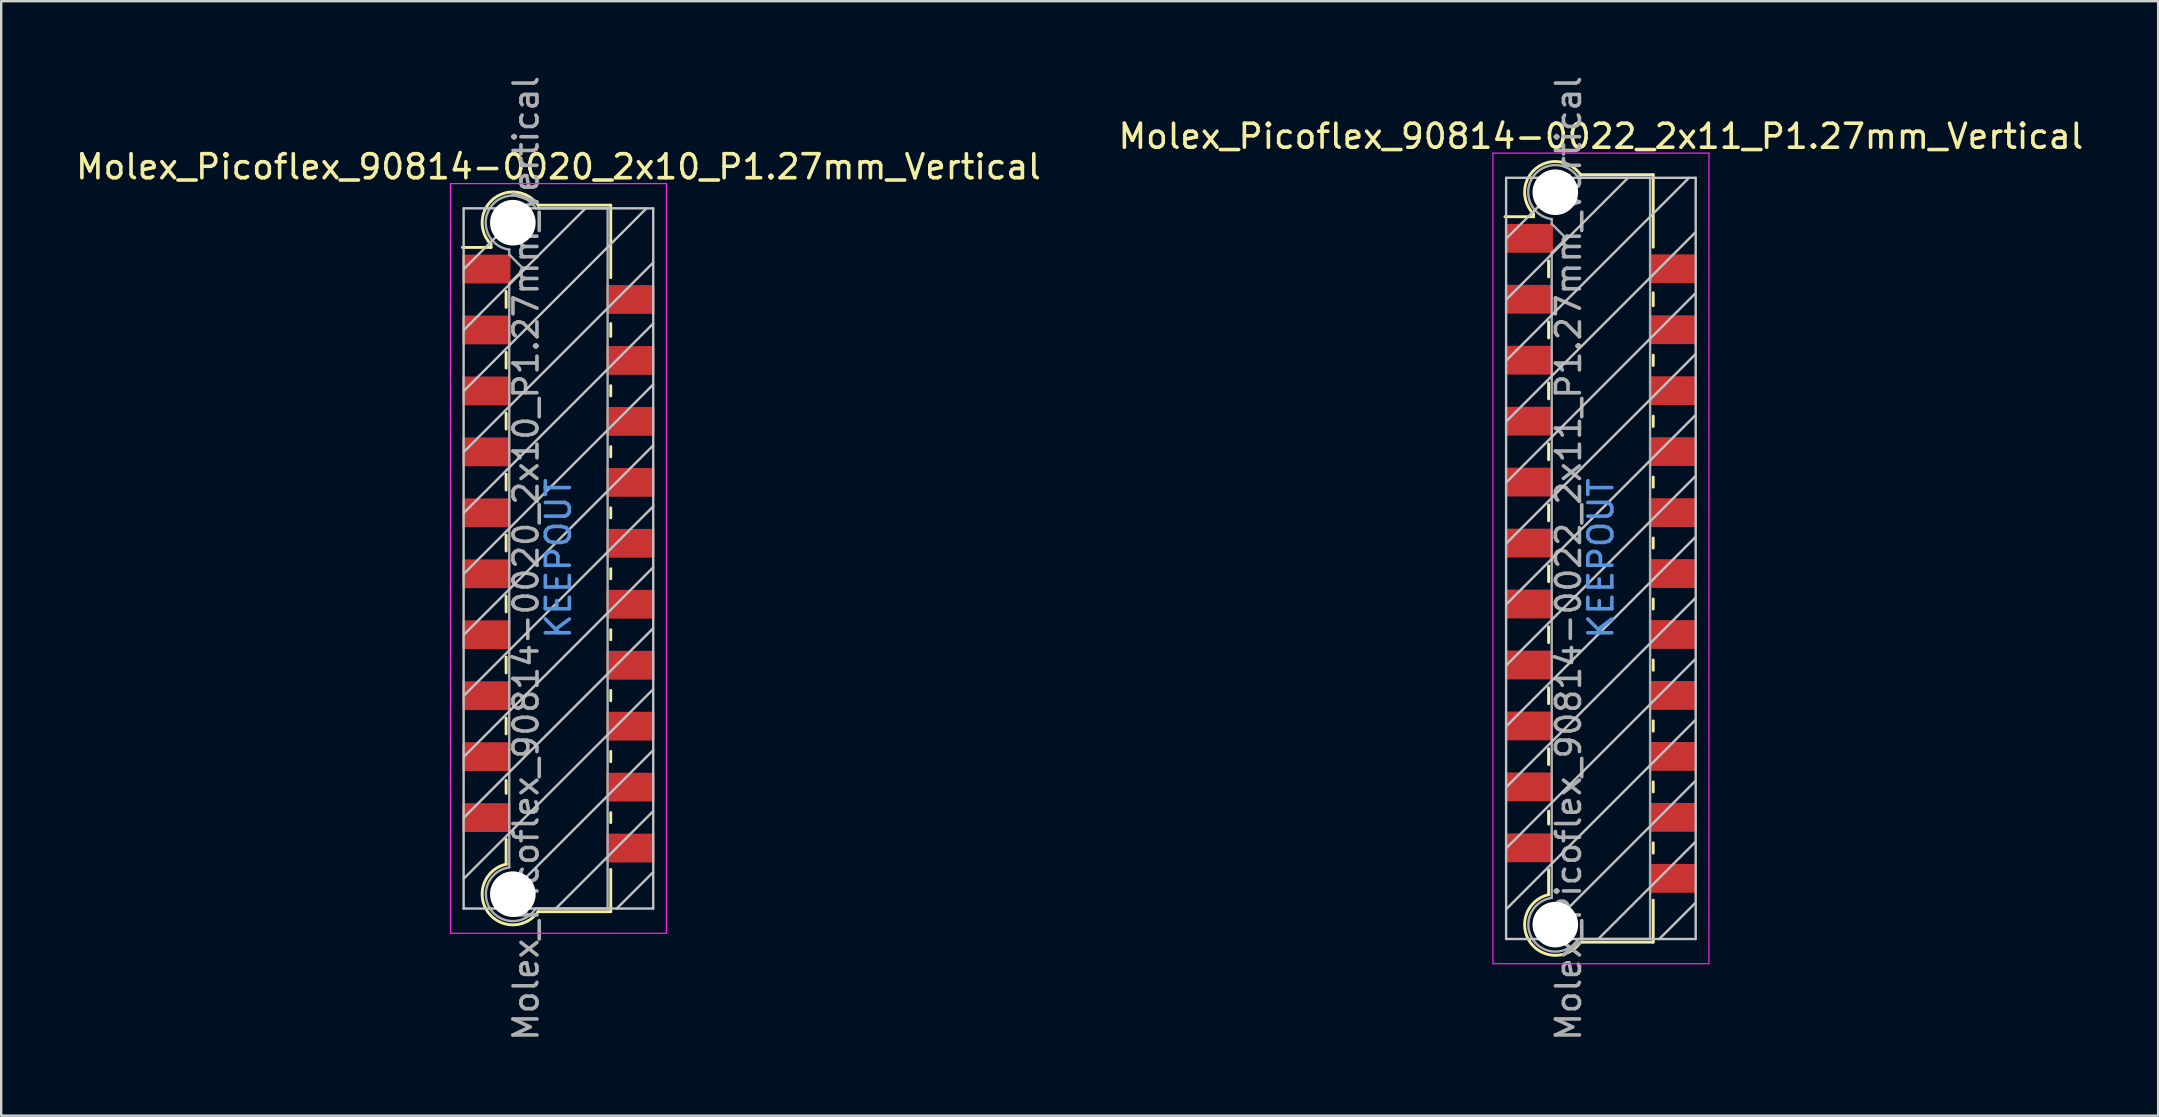
<source format=kicad_pcb>
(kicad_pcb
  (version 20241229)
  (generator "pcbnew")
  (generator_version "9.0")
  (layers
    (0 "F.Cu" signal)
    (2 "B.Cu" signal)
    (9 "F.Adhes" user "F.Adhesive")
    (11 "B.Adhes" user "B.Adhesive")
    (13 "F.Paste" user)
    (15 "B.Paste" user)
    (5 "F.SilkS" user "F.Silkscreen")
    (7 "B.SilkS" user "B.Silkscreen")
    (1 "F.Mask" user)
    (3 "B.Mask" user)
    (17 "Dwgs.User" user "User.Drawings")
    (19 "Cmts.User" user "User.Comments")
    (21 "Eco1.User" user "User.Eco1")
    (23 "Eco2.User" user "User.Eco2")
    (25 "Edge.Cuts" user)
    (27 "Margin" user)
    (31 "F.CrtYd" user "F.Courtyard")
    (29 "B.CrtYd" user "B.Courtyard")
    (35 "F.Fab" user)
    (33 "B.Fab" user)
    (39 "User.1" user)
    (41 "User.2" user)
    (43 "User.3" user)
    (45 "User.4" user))
  (footprint "Molex_Picoflex_90814-0020_2x10_P1.27mm_Vertical"
    (layer "F.Cu")
    (at 20.22 20.22)
    (property "Reference" "Molex_Picoflex_90814-0020_2x10_P1.27mm_Vertical" (at 0 -16.32 0) (layer "F.SilkS") (effects (font (size 1 1) (thickness 0.15))))
    (attr smd)
    (fp_line (start -2.81 -13.09) (end -2.81 -12.96) (stroke (width 0.12) (type solid)) (layer "F.SilkS"))
    (fp_line (start -2.81 -12.96) (end -4 -12.96) (stroke (width 0.12) (type solid)) (layer "F.SilkS"))
    (fp_line (start -2.18 -10.46) (end -2.18 -11.13) (stroke (width 0.12) (type solid)) (layer "F.SilkS"))
    (fp_line (start -2.18 -7.93) (end -2.18 -8.59) (stroke (width 0.12) (type solid)) (layer "F.SilkS"))
    (fp_line (start -2.18 -5.39) (end -2.18 -6.05) (stroke (width 0.12) (type solid)) (layer "F.SilkS"))
    (fp_line (start -2.18 -2.85) (end -2.18 -3.51) (stroke (width 0.12) (type solid)) (layer "F.SilkS"))
    (fp_line (start -2.18 -0.31) (end -2.18 -0.97) (stroke (width 0.12) (type solid)) (layer "F.SilkS"))
    (fp_line (start -2.18 2.23) (end -2.18 1.57) (stroke (width 0.12) (type solid)) (layer "F.SilkS"))
    (fp_line (start -2.18 4.77) (end -2.18 4.11) (stroke (width 0.12) (type solid)) (layer "F.SilkS"))
    (fp_line (start -2.18 7.31) (end -2.18 6.65) (stroke (width 0.12) (type solid)) (layer "F.SilkS"))
    (fp_line (start -2.18 9.79) (end -2.18 9.25) (stroke (width 0.12) (type solid)) (layer "F.SilkS"))
    (fp_line (start -2.18 12.74) (end -2.18 11.7) (stroke (width 0.12) (type solid)) (layer "F.SilkS"))
    (fp_line (start 2.18 -14.72) (end -0.82 -14.72) (stroke (width 0.12) (type solid)) (layer "F.SilkS"))
    (fp_line (start 2.18 -14.72) (end 2.18 -11.7) (stroke (width 0.12) (type solid)) (layer "F.SilkS"))
    (fp_line (start 2.18 -9.79) (end 2.18 -9.25) (stroke (width 0.12) (type solid)) (layer "F.SilkS"))
    (fp_line (start 2.18 -7.2) (end 2.18 -6.77) (stroke (width 0.12) (type solid)) (layer "F.SilkS"))
    (fp_line (start 2.18 -4.66) (end 2.18 -4.23) (stroke (width 0.12) (type solid)) (layer "F.SilkS"))
    (fp_line (start 2.18 -2.11) (end 2.18 -1.69) (stroke (width 0.12) (type solid)) (layer "F.SilkS"))
    (fp_line (start 2.18 0.43) (end 2.18 0.85) (stroke (width 0.12) (type solid)) (layer "F.SilkS"))
    (fp_line (start 2.18 2.97) (end 2.18 3.39) (stroke (width 0.12) (type solid)) (layer "F.SilkS"))
    (fp_line (start 2.18 5.5) (end 2.18 5.93) (stroke (width 0.12) (type solid)) (layer "F.SilkS"))
    (fp_line (start 2.18 8.04) (end 2.18 8.47) (stroke (width 0.12) (type solid)) (layer "F.SilkS"))
    (fp_line (start 2.18 10.59) (end 2.18 11.01) (stroke (width 0.12) (type solid)) (layer "F.SilkS"))
    (fp_line (start 2.18 12.96) (end 2.18 14.72) (stroke (width 0.12) (type solid)) (layer "F.SilkS"))
    (fp_line (start 2.18 14.72) (end -0.85 14.72) (stroke (width 0.12) (type solid)) (layer "F.SilkS"))
    (fp_arc (start -2.81 -13.09) (mid -2.708637 -14.982072) (end -0.834991 -14.699828) (stroke (width 0.12) (type solid)) (layer "F.SilkS"))
    (fp_arc (start -0.85 14.72) (mid -2.962791 14.701248) (end -2.174424 12.740964) (stroke (width 0.12) (type solid)) (layer "F.SilkS"))
    (fp_line (start -3.95 -14.59) (end -3.95 14.59) (stroke (width 0.1) (type solid)) (layer "Dwgs.User"))
    (fp_line (start -3.95 -12.05) (end -1.41 -14.59) (stroke (width 0.1) (type solid)) (layer "Dwgs.User"))
    (fp_line (start -3.95 -9.51) (end 1.13 -14.59) (stroke (width 0.1) (type solid)) (layer "Dwgs.User"))
    (fp_line (start -3.95 -6.97) (end 3.67 -14.59) (stroke (width 0.1) (type solid)) (layer "Dwgs.User"))
    (fp_line (start -3.95 -4.43) (end 3.95 -12.33) (stroke (width 0.1) (type solid)) (layer "Dwgs.User"))
    (fp_line (start -3.95 -1.89) (end 3.95 -9.79) (stroke (width 0.1) (type solid)) (layer "Dwgs.User"))
    (fp_line (start -3.95 0.65) (end 3.95 -7.25) (stroke (width 0.1) (type solid)) (layer "Dwgs.User"))
    (fp_line (start -3.95 3.19) (end 3.95 -4.71) (stroke (width 0.1) (type solid)) (layer "Dwgs.User"))
    (fp_line (start -3.95 5.73) (end 3.95 -2.17) (stroke (width 0.1) (type solid)) (layer "Dwgs.User"))
    (fp_line (start -3.95 8.27) (end 3.95 0.37) (stroke (width 0.1) (type solid)) (layer "Dwgs.User"))
    (fp_line (start -3.95 10.81) (end 3.95 2.91) (stroke (width 0.1) (type solid)) (layer "Dwgs.User"))
    (fp_line (start -3.95 13.35) (end 3.95 5.45) (stroke (width 0.1) (type solid)) (layer "Dwgs.User"))
    (fp_line (start -3.95 14.59) (end 3.95 14.59) (stroke (width 0.1) (type solid)) (layer "Dwgs.User"))
    (fp_line (start -2.65 14.59) (end 3.95 7.99) (stroke (width 0.1) (type solid)) (layer "Dwgs.User"))
    (fp_line (start -0.11 14.59) (end 3.95 10.53) (stroke (width 0.1) (type solid)) (layer "Dwgs.User"))
    (fp_line (start 2.43 14.59) (end 3.95 13.07) (stroke (width 0.1) (type solid)) (layer "Dwgs.User"))
    (fp_line (start 3.95 -14.59) (end -3.95 -14.59) (stroke (width 0.1) (type solid)) (layer "Dwgs.User"))
    (fp_line (start 3.95 14.59) (end 3.95 -14.59) (stroke (width 0.1) (type solid)) (layer "Dwgs.User"))
    (fp_line (start -4.5 -15.62) (end -4.5 15.62) (stroke (width 0.05) (type solid)) (layer "F.CrtYd"))
    (fp_line (start -4.5 15.62) (end 4.5 15.62) (stroke (width 0.05) (type solid)) (layer "F.CrtYd"))
    (fp_line (start 4.5 -15.62) (end -4.5 -15.62) (stroke (width 0.05) (type solid)) (layer "F.CrtYd"))
    (fp_line (start 4.5 15.62) (end 4.5 -15.62) (stroke (width 0.05) (type solid)) (layer "F.CrtYd"))
    (fp_line (start -2.05 -12.66) (end -2.05 -12.87) (stroke (width 0.1) (type solid)) (layer "F.Fab"))
    (fp_line (start -2.05 -11.46) (end -1.45 -12.06) (stroke (width 0.1) (type solid)) (layer "F.Fab"))
    (fp_line (start -2.05 12.87) (end -2.05 -11.46) (stroke (width 0.1) (type solid)) (layer "F.Fab"))
    (fp_line (start -1.45 -12.06) (end -2.05 -12.66) (stroke (width 0.1) (type solid)) (layer "F.Fab"))
    (fp_line (start 2.05 -14.59) (end -0.93 -14.59) (stroke (width 0.1) (type solid)) (layer "F.Fab"))
    (fp_line (start 2.05 -14.59) (end 2.05 14.59) (stroke (width 0.1) (type solid)) (layer "F.Fab"))
    (fp_line (start 2.05 14.59) (end -0.95 14.59) (stroke (width 0.1) (type solid)) (layer "F.Fab"))
    (fp_arc (start -2.05 -12.87) (mid -2.851672 -14.599279) (end -0.945612 -14.595015) (stroke (width 0.1) (type solid)) (layer "F.Fab"))
    (fp_arc (start -0.95 14.59) (mid -2.845272 14.597422) (end -2.051022 12.876585) (stroke (width 0.1) (type solid)) (layer "F.Fab"))
    (fp_text user "KEEPOUT" (at 0 0 90) (layer "Cmts.User") (effects (font (size 1 1) (thickness 0.15))))
    (fp_text user "${REFERENCE}" (at -1.35 0 90) (layer "F.Fab") (effects (font (size 1 1) (thickness 0.15))))
    (pad "" np_thru_hole circle (at -1.9 -13.99) (size 1.9 1.9) (drill 1.9) (layers "*.Cu" "*.Mask"))
    (pad "" np_thru_hole circle (at -1.9 13.99) (size 1.9 1.9) (drill 1.9) (layers "*.Cu" "*.Mask"))
    (pad "1" smd rect (at -3 -12.06) (size 2 1.2) (layers "F.Cu" "F.Mask" "F.Paste"))
    (pad "2" smd rect (at 3 -10.79) (size 2 1.2) (layers "F.Cu" "F.Mask" "F.Paste"))
    (pad "3" smd rect (at -3 -9.52) (size 2 1.2) (layers "F.Cu" "F.Mask" "F.Paste"))
    (pad "4" smd rect (at 3 -8.25) (size 2 1.2) (layers "F.Cu" "F.Mask" "F.Paste"))
    (pad "5" smd rect (at -3 -6.98) (size 2 1.2) (layers "F.Cu" "F.Mask" "F.Paste"))
    (pad "6" smd rect (at 3 -5.71) (size 2 1.2) (layers "F.Cu" "F.Mask" "F.Paste"))
    (pad "7" smd rect (at -3 -4.44) (size 2 1.2) (layers "F.Cu" "F.Mask" "F.Paste"))
    (pad "8" smd rect (at 3 -3.17) (size 2 1.2) (layers "F.Cu" "F.Mask" "F.Paste"))
    (pad "9" smd rect (at -3 -1.9) (size 2 1.2) (layers "F.Cu" "F.Mask" "F.Paste"))
    (pad "10" smd rect (at 3 -0.63) (size 2 1.2) (layers "F.Cu" "F.Mask" "F.Paste"))
    (pad "11" smd rect (at -3 0.64) (size 2 1.2) (layers "F.Cu" "F.Mask" "F.Paste"))
    (pad "12" smd rect (at 3 1.91) (size 2 1.2) (layers "F.Cu" "F.Mask" "F.Paste"))
    (pad "13" smd rect (at -3 3.18) (size 2 1.2) (layers "F.Cu" "F.Mask" "F.Paste"))
    (pad "14" smd rect (at 3 4.45) (size 2 1.2) (layers "F.Cu" "F.Mask" "F.Paste"))
    (pad "15" smd rect (at -3 5.72) (size 2 1.2) (layers "F.Cu" "F.Mask" "F.Paste"))
    (pad "16" smd rect (at 3 6.99) (size 2 1.2) (layers "F.Cu" "F.Mask" "F.Paste"))
    (pad "17" smd rect (at -3 8.26) (size 2 1.2) (layers "F.Cu" "F.Mask" "F.Paste"))
    (pad "18" smd rect (at 3 9.53) (size 2 1.2) (layers "F.Cu" "F.Mask" "F.Paste"))
    (pad "19" smd rect (at -3 10.8) (size 2 1.2) (layers "F.Cu" "F.Mask" "F.Paste"))
    (pad "20" smd rect (at 3 12.07) (size 2 1.2) (layers "F.Cu" "F.Mask" "F.Paste")))
  (footprint "Molex_Picoflex_90814-0022_2x11_P1.27mm_Vertical"
    (layer "F.Cu")
    (at 63.661 20.22)
    (property "Reference" "Molex_Picoflex_90814-0022_2x11_P1.27mm_Vertical" (at 0 -17.59 0) (layer "F.SilkS") (effects (font (size 1 1) (thickness 0.15))))
    (attr smd)
    (fp_line (start -2.81 -14.36) (end -2.81 -14.24) (stroke (width 0.12) (type solid)) (layer "F.SilkS"))
    (fp_line (start -2.81 -14.24) (end -4 -14.24) (stroke (width 0.12) (type solid)) (layer "F.SilkS"))
    (fp_line (start -2.18 -11.73) (end -2.18 -12.4) (stroke (width 0.12) (type solid)) (layer "F.SilkS"))
    (fp_line (start -2.18 -9.19) (end -2.18 -9.86) (stroke (width 0.12) (type solid)) (layer "F.SilkS"))
    (fp_line (start -2.18 -6.65) (end -2.18 -7.31) (stroke (width 0.12) (type solid)) (layer "F.SilkS"))
    (fp_line (start -2.18 -4.11) (end -2.18 -4.77) (stroke (width 0.12) (type solid)) (layer "F.SilkS"))
    (fp_line (start -2.18 -1.57) (end -2.18 -2.23) (stroke (width 0.12) (type solid)) (layer "F.SilkS"))
    (fp_line (start -2.18 0.97) (end -2.18 0.31) (stroke (width 0.12) (type solid)) (layer "F.SilkS"))
    (fp_line (start -2.18 3.51) (end -2.18 2.85) (stroke (width 0.12) (type solid)) (layer "F.SilkS"))
    (fp_line (start -2.18 6.05) (end -2.18 5.39) (stroke (width 0.12) (type solid)) (layer "F.SilkS"))
    (fp_line (start -2.18 8.59) (end -2.18 7.93) (stroke (width 0.12) (type solid)) (layer "F.SilkS"))
    (fp_line (start -2.18 11.07) (end -2.18 10.53) (stroke (width 0.12) (type solid)) (layer "F.SilkS"))
    (fp_line (start -2.18 14.01) (end -2.18 12.97) (stroke (width 0.12) (type solid)) (layer "F.SilkS"))
    (fp_line (start 2.18 -15.99) (end -0.82 -15.99) (stroke (width 0.12) (type solid)) (layer "F.SilkS"))
    (fp_line (start 2.18 -15.99) (end 2.18 -12.97) (stroke (width 0.12) (type solid)) (layer "F.SilkS"))
    (fp_line (start 2.18 -11.07) (end 2.18 -10.53) (stroke (width 0.12) (type solid)) (layer "F.SilkS"))
    (fp_line (start 2.18 -8.47) (end 2.18 -8.04) (stroke (width 0.12) (type solid)) (layer "F.SilkS"))
    (fp_line (start 2.18 -5.93) (end 2.18 -5.5) (stroke (width 0.12) (type solid)) (layer "F.SilkS"))
    (fp_line (start 2.18 -3.39) (end 2.18 -2.97) (stroke (width 0.12) (type solid)) (layer "F.SilkS"))
    (fp_line (start 2.18 -0.85) (end 2.18 -0.43) (stroke (width 0.12) (type solid)) (layer "F.SilkS"))
    (fp_line (start 2.18 1.69) (end 2.18 2.11) (stroke (width 0.12) (type solid)) (layer "F.SilkS"))
    (fp_line (start 2.18 4.23) (end 2.18 4.66) (stroke (width 0.12) (type solid)) (layer "F.SilkS"))
    (fp_line (start 2.18 6.77) (end 2.18 7.2) (stroke (width 0.12) (type solid)) (layer "F.SilkS"))
    (fp_line (start 2.18 9.31) (end 2.18 9.73) (stroke (width 0.12) (type solid)) (layer "F.SilkS"))
    (fp_line (start 2.18 11.85) (end 2.18 12.28) (stroke (width 0.12) (type solid)) (layer "F.SilkS"))
    (fp_line (start 2.18 14.24) (end 2.18 15.99) (stroke (width 0.12) (type solid)) (layer "F.SilkS"))
    (fp_line (start 2.18 15.99) (end -0.85 15.99) (stroke (width 0.12) (type solid)) (layer "F.SilkS"))
    (fp_arc (start -2.81 -14.36) (mid -2.708637 -16.252072) (end -0.834991 -15.969828) (stroke (width 0.12) (type solid)) (layer "F.SilkS"))
    (fp_arc (start -0.85 15.99) (mid -2.962791 15.971248) (end -2.174424 14.010964) (stroke (width 0.12) (type solid)) (layer "F.SilkS"))
    (fp_line (start -3.95 -15.86) (end -3.95 15.86) (stroke (width 0.1) (type solid)) (layer "Dwgs.User"))
    (fp_line (start -3.95 -13.32) (end -1.41 -15.86) (stroke (width 0.1) (type solid)) (layer "Dwgs.User"))
    (fp_line (start -3.95 -10.78) (end 1.13 -15.86) (stroke (width 0.1) (type solid)) (layer "Dwgs.User"))
    (fp_line (start -3.95 -8.24) (end 3.67 -15.86) (stroke (width 0.1) (type solid)) (layer "Dwgs.User"))
    (fp_line (start -3.95 -5.7) (end 3.95 -13.6) (stroke (width 0.1) (type solid)) (layer "Dwgs.User"))
    (fp_line (start -3.95 -3.16) (end 3.95 -11.06) (stroke (width 0.1) (type solid)) (layer "Dwgs.User"))
    (fp_line (start -3.95 -0.62) (end 3.95 -8.52) (stroke (width 0.1) (type solid)) (layer "Dwgs.User"))
    (fp_line (start -3.95 1.92) (end 3.95 -5.98) (stroke (width 0.1) (type solid)) (layer "Dwgs.User"))
    (fp_line (start -3.95 4.46) (end 3.95 -3.44) (stroke (width 0.1) (type solid)) (layer "Dwgs.User"))
    (fp_line (start -3.95 7) (end 3.95 -0.9) (stroke (width 0.1) (type solid)) (layer "Dwgs.User"))
    (fp_line (start -3.95 9.54) (end 3.95 1.64) (stroke (width 0.1) (type solid)) (layer "Dwgs.User"))
    (fp_line (start -3.95 12.08) (end 3.95 4.18) (stroke (width 0.1) (type solid)) (layer "Dwgs.User"))
    (fp_line (start -3.95 14.62) (end 3.95 6.72) (stroke (width 0.1) (type solid)) (layer "Dwgs.User"))
    (fp_line (start -3.95 15.86) (end 3.95 15.86) (stroke (width 0.1) (type solid)) (layer "Dwgs.User"))
    (fp_line (start -2.65 15.86) (end 3.95 9.26) (stroke (width 0.1) (type solid)) (layer "Dwgs.User"))
    (fp_line (start -0.11 15.86) (end 3.95 11.8) (stroke (width 0.1) (type solid)) (layer "Dwgs.User"))
    (fp_line (start 2.43 15.86) (end 3.95 14.34) (stroke (width 0.1) (type solid)) (layer "Dwgs.User"))
    (fp_line (start 3.95 -15.86) (end -3.95 -15.86) (stroke (width 0.1) (type solid)) (layer "Dwgs.User"))
    (fp_line (start 3.95 15.86) (end 3.95 -15.86) (stroke (width 0.1) (type solid)) (layer "Dwgs.User"))
    (fp_line (start -4.5 -16.89) (end -4.5 16.89) (stroke (width 0.05) (type solid)) (layer "F.CrtYd"))
    (fp_line (start -4.5 16.89) (end 4.5 16.89) (stroke (width 0.05) (type solid)) (layer "F.CrtYd"))
    (fp_line (start 4.5 -16.89) (end -4.5 -16.89) (stroke (width 0.05) (type solid)) (layer "F.CrtYd"))
    (fp_line (start 4.5 16.89) (end 4.5 -16.89) (stroke (width 0.05) (type solid)) (layer "F.CrtYd"))
    (fp_line (start -2.05 -13.94) (end -2.05 -14.14) (stroke (width 0.1) (type solid)) (layer "F.Fab"))
    (fp_line (start -2.05 -12.74) (end -1.45 -13.34) (stroke (width 0.1) (type solid)) (layer "F.Fab"))
    (fp_line (start -2.05 14.14) (end -2.05 -12.74) (stroke (width 0.1) (type solid)) (layer "F.Fab"))
    (fp_line (start -1.45 -13.34) (end -2.05 -13.94) (stroke (width 0.1) (type solid)) (layer "F.Fab"))
    (fp_line (start 2.05 -15.86) (end -0.93 -15.86) (stroke (width 0.1) (type solid)) (layer "F.Fab"))
    (fp_line (start 2.05 -15.86) (end 2.05 15.86) (stroke (width 0.1) (type solid)) (layer "F.Fab"))
    (fp_line (start 2.05 15.86) (end -0.95 15.86) (stroke (width 0.1) (type solid)) (layer "F.Fab"))
    (fp_arc (start -2.05 -14.14) (mid -2.851672 -15.869279) (end -0.945612 -15.865015) (stroke (width 0.1) (type solid)) (layer "F.Fab"))
    (fp_arc (start -0.95 15.86) (mid -2.845272 15.867422) (end -2.051022 14.146585) (stroke (width 0.1) (type solid)) (layer "F.Fab"))
    (fp_text user "KEEPOUT" (at 0 0 90) (layer "Cmts.User") (effects (font (size 1 1) (thickness 0.15))))
    (fp_text user "${REFERENCE}" (at -1.35 0 90) (layer "F.Fab") (effects (font (size 1 1) (thickness 0.15))))
    (pad "" np_thru_hole circle (at -1.9 -15.26) (size 1.9 1.9) (drill 1.9) (layers "*.Cu" "*.Mask"))
    (pad "" np_thru_hole circle (at -1.9 15.26) (size 1.9 1.9) (drill 1.9) (layers "*.Cu" "*.Mask"))
    (pad "1" smd rect (at -3 -13.34) (size 2 1.2) (layers "F.Cu" "F.Mask" "F.Paste"))
    (pad "2" smd rect (at 3 -12.07) (size 2 1.2) (layers "F.Cu" "F.Mask" "F.Paste"))
    (pad "3" smd rect (at -3 -10.8) (size 2 1.2) (layers "F.Cu" "F.Mask" "F.Paste"))
    (pad "4" smd rect (at 3 -9.53) (size 2 1.2) (layers "F.Cu" "F.Mask" "F.Paste"))
    (pad "5" smd rect (at -3 -8.26) (size 2 1.2) (layers "F.Cu" "F.Mask" "F.Paste"))
    (pad "6" smd rect (at 3 -6.99) (size 2 1.2) (layers "F.Cu" "F.Mask" "F.Paste"))
    (pad "7" smd rect (at -3 -5.72) (size 2 1.2) (layers "F.Cu" "F.Mask" "F.Paste"))
    (pad "8" smd rect (at 3 -4.45) (size 2 1.2) (layers "F.Cu" "F.Mask" "F.Paste"))
    (pad "9" smd rect (at -3 -3.18) (size 2 1.2) (layers "F.Cu" "F.Mask" "F.Paste"))
    (pad "10" smd rect (at 3 -1.91) (size 2 1.2) (layers "F.Cu" "F.Mask" "F.Paste"))
    (pad "11" smd rect (at -3 -0.64) (size 2 1.2) (layers "F.Cu" "F.Mask" "F.Paste"))
    (pad "12" smd rect (at 3 0.63) (size 2 1.2) (layers "F.Cu" "F.Mask" "F.Paste"))
    (pad "13" smd rect (at -3 1.9) (size 2 1.2) (layers "F.Cu" "F.Mask" "F.Paste"))
    (pad "14" smd rect (at 3 3.17) (size 2 1.2) (layers "F.Cu" "F.Mask" "F.Paste"))
    (pad "15" smd rect (at -3 4.44) (size 2 1.2) (layers "F.Cu" "F.Mask" "F.Paste"))
    (pad "16" smd rect (at 3 5.71) (size 2 1.2) (layers "F.Cu" "F.Mask" "F.Paste"))
    (pad "17" smd rect (at -3 6.98) (size 2 1.2) (layers "F.Cu" "F.Mask" "F.Paste"))
    (pad "18" smd rect (at 3 8.25) (size 2 1.2) (layers "F.Cu" "F.Mask" "F.Paste"))
    (pad "19" smd rect (at -3 9.52) (size 2 1.2) (layers "F.Cu" "F.Mask" "F.Paste"))
    (pad "20" smd rect (at 3 10.79) (size 2 1.2) (layers "F.Cu" "F.Mask" "F.Paste"))
    (pad "21" smd rect (at -3 12.06) (size 2 1.2) (layers "F.Cu" "F.Mask" "F.Paste"))
    (pad "22" smd rect (at 3 13.33) (size 2 1.2) (layers "F.Cu" "F.Mask" "F.Paste")))
  (gr_rect
    (start -3 -3)
    (end 86.881 43.44)
    (stroke (width 0.1) (type default))
    (fill no)
    (layer "Edge.Cuts")))
</source>
